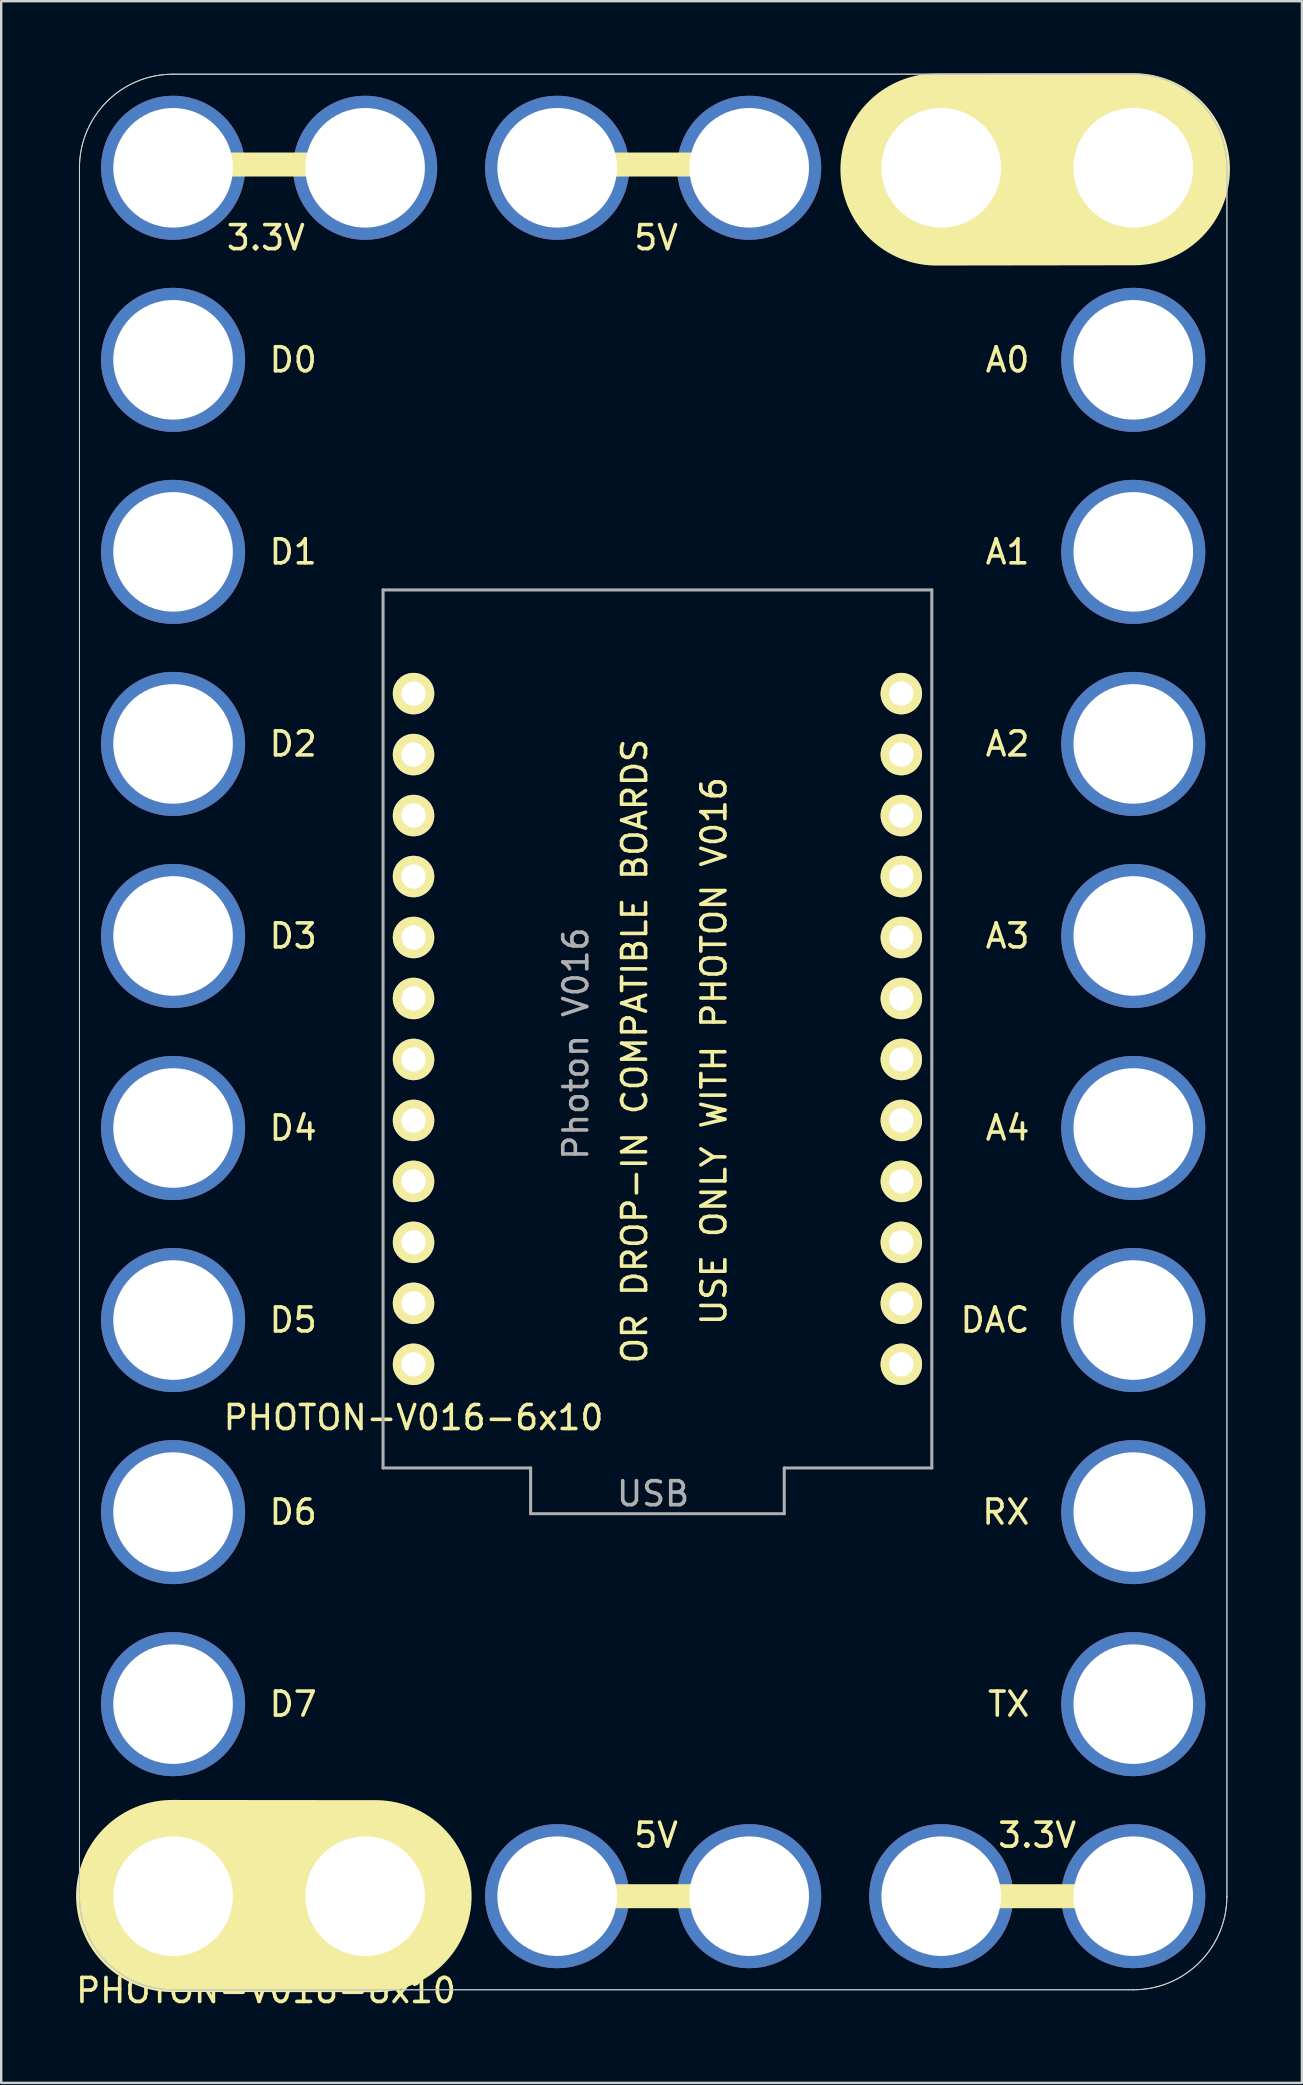
<source format=kicad_pcb>
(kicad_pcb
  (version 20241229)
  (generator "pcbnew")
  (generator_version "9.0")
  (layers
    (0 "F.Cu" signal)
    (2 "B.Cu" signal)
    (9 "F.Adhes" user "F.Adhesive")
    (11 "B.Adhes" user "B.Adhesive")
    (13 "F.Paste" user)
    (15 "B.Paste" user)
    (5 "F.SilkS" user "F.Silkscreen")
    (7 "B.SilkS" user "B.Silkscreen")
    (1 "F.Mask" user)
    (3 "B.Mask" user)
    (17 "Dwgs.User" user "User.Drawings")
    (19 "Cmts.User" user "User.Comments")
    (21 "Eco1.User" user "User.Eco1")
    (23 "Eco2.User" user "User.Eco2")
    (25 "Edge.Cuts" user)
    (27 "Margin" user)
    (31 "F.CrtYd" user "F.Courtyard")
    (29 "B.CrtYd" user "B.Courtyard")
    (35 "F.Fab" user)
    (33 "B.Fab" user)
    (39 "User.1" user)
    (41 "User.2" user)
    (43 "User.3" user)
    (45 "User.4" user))
  (footprint "PHOTON-V016-6x10"
    (layer "F.Cu")
    (at 4.16 75.94)
    (property "Reference" "PHOTON-V016-6x10" (at 3.87 3.93 0) (layer "F.SilkS") (effects (font (size 1 1) (thickness 0.15))))
    (attr through_hole)
    (fp_line (start -0.2 -72.136) (end 8.436 -72.136) (stroke (width 1) (type solid)) (layer "F.SilkS"))
    (fp_line (start -0.039 -0.008) (end 8.436 0) (stroke (width 8) (type solid)) (layer "F.SilkS"))
    (fp_line (start 15.04 0) (end 23.676 0) (stroke (width 1) (type solid)) (layer "F.SilkS"))
    (fp_line (start 16.056 -72.136) (end 24.692 -72.136) (stroke (width 1) (type solid)) (layer "F.SilkS"))
    (fp_line (start 30.788 0) (end 39.424 0) (stroke (width 1) (type solid)) (layer "F.SilkS"))
    (fp_line (start 31.8 -71.928) (end 40.024 -71.94) (stroke (width 8) (type solid)) (layer "F.SilkS"))
    (fp_line (start -3.9 -72.05) (end -3.9 0.05) (stroke (width 0.041) (type solid)) (layer "Edge.Cuts"))
    (fp_line (start -0.1 3.9) (end 40 3.9) (stroke (width 0.041) (type solid)) (layer "Edge.Cuts"))
    (fp_line (start 40 -75.9) (end 0 -75.9) (stroke (width 0.041) (type solid)) (layer "Edge.Cuts"))
    (fp_line (start 43.9 0.05) (end 43.9 -72.2) (stroke (width 0.041) (type solid)) (layer "Edge.Cuts"))
    (fp_arc (start -3.9 -72) (mid -2.757716 -74.757716) (end 0 -75.9) (stroke (width 0.04064) (type solid)) (layer "Edge.Cuts"))
    (fp_arc (start 0 3.9) (mid -2.775114 2.740208) (end -3.899688 -0.049363) (stroke (width 0.04064) (type solid)) (layer "Edge.Cuts"))
    (fp_arc (start 40 -75.9) (mid 42.755309 -74.760122) (end 43.899994 -72.006807) (stroke (width 0.04064) (type solid)) (layer "Edge.Cuts"))
    (fp_arc (start 43.9 0) (mid 42.757716 2.757716) (end 40 3.9) (stroke (width 0.04064) (type solid)) (layer "Edge.Cuts"))
    (fp_line (start -3.9 -72) (end -3.9 0) (stroke (width 0.041) (type solid)) (layer "F.Fab"))
    (fp_line (start 0 3.9) (end 40 3.9) (stroke (width 0.041) (type solid)) (layer "F.Fab"))
    (fp_line (start 8.747 -54.414) (end 8.747 -17.838) (stroke (width 0.127) (type solid)) (layer "F.Fab"))
    (fp_line (start 14.894 -17.838) (end 8.747 -17.838) (stroke (width 0.127) (type solid)) (layer "F.Fab"))
    (fp_line (start 14.894 -17.838) (end 14.894 -15.933) (stroke (width 0.127) (type solid)) (layer "F.Fab"))
    (fp_line (start 14.894 -15.933) (end 25.46 -15.933) (stroke (width 0.127) (type solid)) (layer "F.Fab"))
    (fp_line (start 25.46 -17.838) (end 25.46 -15.933) (stroke (width 0.127) (type solid)) (layer "F.Fab"))
    (fp_line (start 25.46 -17.838) (end 31.607 -17.838) (stroke (width 0.127) (type solid)) (layer "F.Fab"))
    (fp_line (start 31.607 -54.414) (end 8.747 -54.414) (stroke (width 0.127) (type solid)) (layer "F.Fab"))
    (fp_line (start 31.607 -54.414) (end 31.607 -17.838) (stroke (width 0.127) (type solid)) (layer "F.Fab"))
    (fp_line (start 40 -75.9) (end 0 -75.9) (stroke (width 0.041) (type solid)) (layer "F.Fab"))
    (fp_line (start 43.9 0) (end 43.9 -72) (stroke (width 0.041) (type solid)) (layer "F.Fab"))
    (fp_arc (start -3.9 -72) (mid -2.757716 -74.757716) (end 0 -75.9) (stroke (width 0.04064) (type solid)) (layer "F.Fab"))
    (fp_arc (start 0 3.9) (mid -2.757716 2.757716) (end -3.9 0) (stroke (width 0.04064) (type solid)) (layer "F.Fab"))
    (fp_arc (start 40 -75.9) (mid 42.755309 -74.760122) (end 43.899994 -72.006807) (stroke (width 0.04064) (type solid)) (layer "F.Fab"))
    (fp_arc (start 43.9 0) (mid 42.757716 2.757716) (end 40 3.9) (stroke (width 0.04064) (type solid)) (layer "F.Fab"))
    (fp_text user "5V" (at 20.12 -69.088 0) (layer "F.SilkS") (effects (font (size 1 1) (thickness 0.15))))
    (fp_text user "${REFERENCE}" (at 10.017 -19.937 180) (layer "F.SilkS") (effects (font (size 1 1) (thickness 0.15))))
    (fp_text user "D6" (at 5.004 -16 0) (layer "F.SilkS") (effects (font (size 1 1) (thickness 0.15))))
    (fp_text user "A4" (at 34.763 -32 0) (layer "F.SilkS") (effects (font (size 1 1) (thickness 0.15))))
    (fp_text user "D1" (at 5.004 -56 0) (layer "F.SilkS") (effects (font (size 1 1) (thickness 0.15))))
    (fp_text user "DAC" (at 34.239 -24 0) (layer "F.SilkS") (effects (font (size 1 1) (thickness 0.15))))
    (fp_text user "D3" (at 5.004 -40 0) (layer "F.SilkS") (effects (font (size 1 1) (thickness 0.15))))
    (fp_text user "A2" (at 34.763 -48 0) (layer "F.SilkS") (effects (font (size 1 1) (thickness 0.15))))
    (fp_text user "D0" (at 5.004 -64 0) (layer "F.SilkS") (effects (font (size 1 1) (thickness 0.15))))
    (fp_text user "5V" (at 20.12 -2.54 0) (layer "F.SilkS") (effects (font (size 1 1) (thickness 0.15))))
    (fp_text user "D2" (at 5.004 -48 0) (layer "F.SilkS") (effects (font (size 1 1) (thickness 0.15))))
    (fp_text user "OR DROP-IN COMPATIBLE BOARDS" (at 19.228 -35.202 270) (layer "F.SilkS") (effects (font (size 1 1) (thickness 0.15))))
    (fp_text user "TX" (at 34.811 -8 0) (layer "F.SilkS") (effects (font (size 1 1) (thickness 0.15))))
    (fp_text user "3.3V" (at 3.864 -69.088 0) (layer "F.SilkS") (effects (font (size 1 1) (thickness 0.15))))
    (fp_text user "D4" (at 5.004 -32 0) (layer "F.SilkS") (effects (font (size 1 1) (thickness 0.15))))
    (fp_text user "D7" (at 5.004 -8 0) (layer "F.SilkS") (effects (font (size 1 1) (thickness 0.15))))
    (fp_text user "3.3V" (at 35.995 -2.54 0) (layer "F.SilkS") (effects (font (size 1 1) (thickness 0.15))))
    (fp_text user "RX" (at 34.692 -16 0) (layer "F.SilkS") (effects (font (size 1 1) (thickness 0.15))))
    (fp_text user "D5" (at 5.004 -24 0) (layer "F.SilkS") (effects (font (size 1 1) (thickness 0.15))))
    (fp_text user "USE ONLY WITH PHOTON V016" (at 22.53 -35.202 270) (layer "F.SilkS") (effects (font (size 1 1) (thickness 0.15))))
    (fp_text user "A1" (at 34.763 -56 0) (layer "F.SilkS") (effects (font (size 1 1) (thickness 0.15))))
    (fp_text user "A3" (at 34.763 -40 0) (layer "F.SilkS") (effects (font (size 1 1) (thickness 0.15))))
    (fp_text user "A0" (at 34.763 -64 0) (layer "F.SilkS") (effects (font (size 1 1) (thickness 0.15))))
    (fp_text user "Photon V016" (at 16.777 -35.514 270) (layer "F.Fab") (effects (font (size 1 1) (thickness 0.15))))
    (fp_text user "USB" (at 19.993 -16.764 0) (layer "F.Fab") (effects (font (size 1 1) (thickness 0.15))))
    (pad "3V" thru_hole circle (at 0.001 -72 90) (size 6 6) (drill 4.98) (layers "*.Cu" "*.Mask"))
    (pad "3V" thru_hole circle (at 8 -72 90) (size 6 6) (drill 4.98) (layers "*.Cu" "*.Mask"))
    (pad "3V" thru_hole circle (at 10.017 -22.156 180) (size 1.727 1.727) (drill 1.016) (layers "*.Cu" "*.Mask" "F.SilkS"))
    (pad "3V" thru_hole circle (at 32 0 90) (size 6 6) (drill 4.98) (layers "*.Cu" "*.Mask"))
    (pad "3V" thru_hole circle (at 40 0 90) (size 6 6) (drill 4.98) (layers "*.Cu" "*.Mask"))
    (pad "5V" thru_hole circle (at 16 -72 90) (size 6 6) (drill 4.98) (layers "*.Cu" "*.Mask"))
    (pad "5V" thru_hole circle (at 16 0 90) (size 6 6) (drill 4.98) (layers "*.Cu" "*.Mask"))
    (pad "5V" thru_hole circle (at 24 -72 90) (size 6 6) (drill 4.98) (layers "*.Cu" "*.Mask"))
    (pad "5V" thru_hole circle (at 24 0 90) (size 6 6) (drill 4.98) (layers "*.Cu" "*.Mask"))
    (pad "A0" thru_hole circle (at 30.337 -50.096 180) (size 1.727 1.727) (drill 1.016) (layers "*.Cu" "*.Mask" "F.SilkS"))
    (pad "A0" thru_hole circle (at 40 -64 90) (size 6 6) (drill 4.98) (layers "*.Cu" "*.Mask"))
    (pad "A1" thru_hole circle (at 30.337 -47.556 180) (size 1.727 1.727) (drill 1.016) (layers "*.Cu" "*.Mask" "F.SilkS"))
    (pad "A1" thru_hole circle (at 40 -56 90) (size 6 6) (drill 4.98) (layers "*.Cu" "*.Mask"))
    (pad "A2" thru_hole circle (at 30.337 -45.016 180) (size 1.727 1.727) (drill 1.016) (layers "*.Cu" "*.Mask" "F.SilkS"))
    (pad "A2" thru_hole circle (at 40 -48 90) (size 6 6) (drill 4.98) (layers "*.Cu" "*.Mask"))
    (pad "A3" thru_hole circle (at 30.337 -42.476 180) (size 1.727 1.727) (drill 1.016) (layers "*.Cu" "*.Mask" "F.SilkS"))
    (pad "A3" thru_hole circle (at 40.001 -40 90) (size 6 6) (drill 4.98) (layers "*.Cu" "*.Mask"))
    (pad "A4" thru_hole circle (at 30.337 -39.936 180) (size 1.727 1.727) (drill 1.016) (layers "*.Cu" "*.Mask" "F.SilkS"))
    (pad "A4" thru_hole circle (at 40 -32 90) (size 6 6) (drill 4.98) (layers "*.Cu" "*.Mask"))
    (pad "A5" thru_hole circle (at 30.337 -37.396 180) (size 1.727 1.727) (drill 1.016) (layers "*.Cu" "*.Mask" "F.SilkS"))
    (pad "D0" thru_hole circle (at 0 -64 90) (size 6 6) (drill 4.98) (layers "*.Cu" "*.Mask"))
    (pad "D0" thru_hole circle (at 10.017 -50.096 180) (size 1.727 1.727) (drill 1.016) (layers "*.Cu" "*.Mask" "F.SilkS"))
    (pad "D1" thru_hole circle (at 0 -56 90) (size 6 6) (drill 4.98) (layers "*.Cu" "*.Mask"))
    (pad "D1" thru_hole circle (at 10.017 -47.556 180) (size 1.727 1.727) (drill 1.016) (layers "*.Cu" "*.Mask" "F.SilkS"))
    (pad "D2" thru_hole circle (at 0 -48 90) (size 6 6) (drill 4.98) (layers "*.Cu" "*.Mask"))
    (pad "D2" thru_hole circle (at 10.017 -45.016 180) (size 1.727 1.727) (drill 1.016) (layers "*.Cu" "*.Mask" "F.SilkS"))
    (pad "D3" thru_hole circle (at 0 -40 90) (size 6 6) (drill 4.98) (layers "*.Cu" "*.Mask"))
    (pad "D3" thru_hole circle (at 10.017 -42.476 180) (size 1.727 1.727) (drill 1.016) (layers "*.Cu" "*.Mask" "F.SilkS"))
    (pad "D4" thru_hole circle (at 0 -32 90) (size 6 6) (drill 4.98) (layers "*.Cu" "*.Mask"))
    (pad "D4" thru_hole circle (at 10.017 -39.936 180) (size 1.727 1.727) (drill 1.016) (layers "*.Cu" "*.Mask" "F.SilkS"))
    (pad "D5" thru_hole circle (at 0 -24 90) (size 6 6) (drill 4.98) (layers "*.Cu" "*.Mask"))
    (pad "D5" thru_hole circle (at 10.017 -37.396 180) (size 1.727 1.727) (drill 1.016) (layers "*.Cu" "*.Mask" "F.SilkS"))
    (pad "D6" thru_hole circle (at 0 -16 90) (size 6 6) (drill 4.98) (layers "*.Cu" "*.Mask"))
    (pad "D6" thru_hole circle (at 10.017 -34.856 180) (size 1.727 1.727) (drill 1.016) (layers "*.Cu" "*.Mask" "F.SilkS"))
    (pad "D7" thru_hole circle (at 0 -8 90) (size 6 6) (drill 4.98) (layers "*.Cu" "*.Mask"))
    (pad "D7" thru_hole circle (at 10.017 -32.316 180) (size 1.727 1.727) (drill 1.016) (layers "*.Cu" "*.Mask" "F.SilkS"))
    (pad "DAC" thru_hole circle (at 30.337 -34.856 180) (size 1.727 1.727) (drill 1.016) (layers "*.Cu" "*.Mask" "F.SilkS"))
    (pad "DAC" thru_hole circle (at 40.001 -24 90) (size 6 6) (drill 4.98) (layers "*.Cu" "*.Mask"))
    (pad "GND" thru_hole circle (at 0.001 0 90) (size 6 6) (drill 4.98) (layers "*.Cu" "*.Mask"))
    (pad "GND" thru_hole circle (at 8 0 90) (size 6 6) (drill 4.98) (layers "*.Cu" "*.Mask"))
    (pad "GND" thru_hole circle (at 10.017 -29.776 180) (size 1.727 1.727) (drill 1.016) (layers "*.Cu" "*.Mask" "F.SilkS"))
    (pad "GND" thru_hole circle (at 30.337 -24.696 180) (size 1.727 1.727) (drill 1.016) (layers "*.Cu" "*.Mask" "F.SilkS"))
    (pad "GND" thru_hole circle (at 32 -72 90) (size 6 6) (drill 4.98) (layers "*.Cu" "*.Mask"))
    (pad "GND" thru_hole circle (at 40 -72 90) (size 6 6) (drill 4.98) (layers "*.Cu" "*.Mask"))
    (pad "RST" thru_hole circle (at 10.017 -24.696 180) (size 1.727 1.727) (drill 1.016) (layers "*.Cu" "*.Mask" "F.SilkS"))
    (pad "RX" thru_hole circle (at 30.337 -29.776 180) (size 1.727 1.727) (drill 1.016) (layers "*.Cu" "*.Mask" "F.SilkS"))
    (pad "RX" thru_hole circle (at 40.001 -16 90) (size 6 6) (drill 4.98) (layers "*.Cu" "*.Mask"))
    (pad "TX" thru_hole circle (at 30.337 -27.236 180) (size 1.727 1.727) (drill 1.016) (layers "*.Cu" "*.Mask" "F.SilkS"))
    (pad "TX" thru_hole circle (at 40.001 -8 90) (size 6 6) (drill 4.98) (layers "*.Cu" "*.Mask"))
    (pad "VBAT" thru_hole circle (at 10.017 -27.236 180) (size 1.727 1.727) (drill 1.016) (layers "*.Cu" "*.Mask" "F.SilkS"))
    (pad "VIN" thru_hole circle (at 30.337 -22.156 180) (size 1.727 1.727) (drill 1.016) (layers "*.Cu" "*.Mask" "F.SilkS"))
    (pad "WKP" thru_hole circle (at 30.337 -32.316 180) (size 1.727 1.727) (drill 1.016) (layers "*.Cu" "*.Mask" "F.SilkS")))
  (gr_rect
    (start -3 -3)
    (end 51.184 83.718)
    (stroke (width 0.1) (type default))
    (fill no)
    (layer "Edge.Cuts")))
</source>
